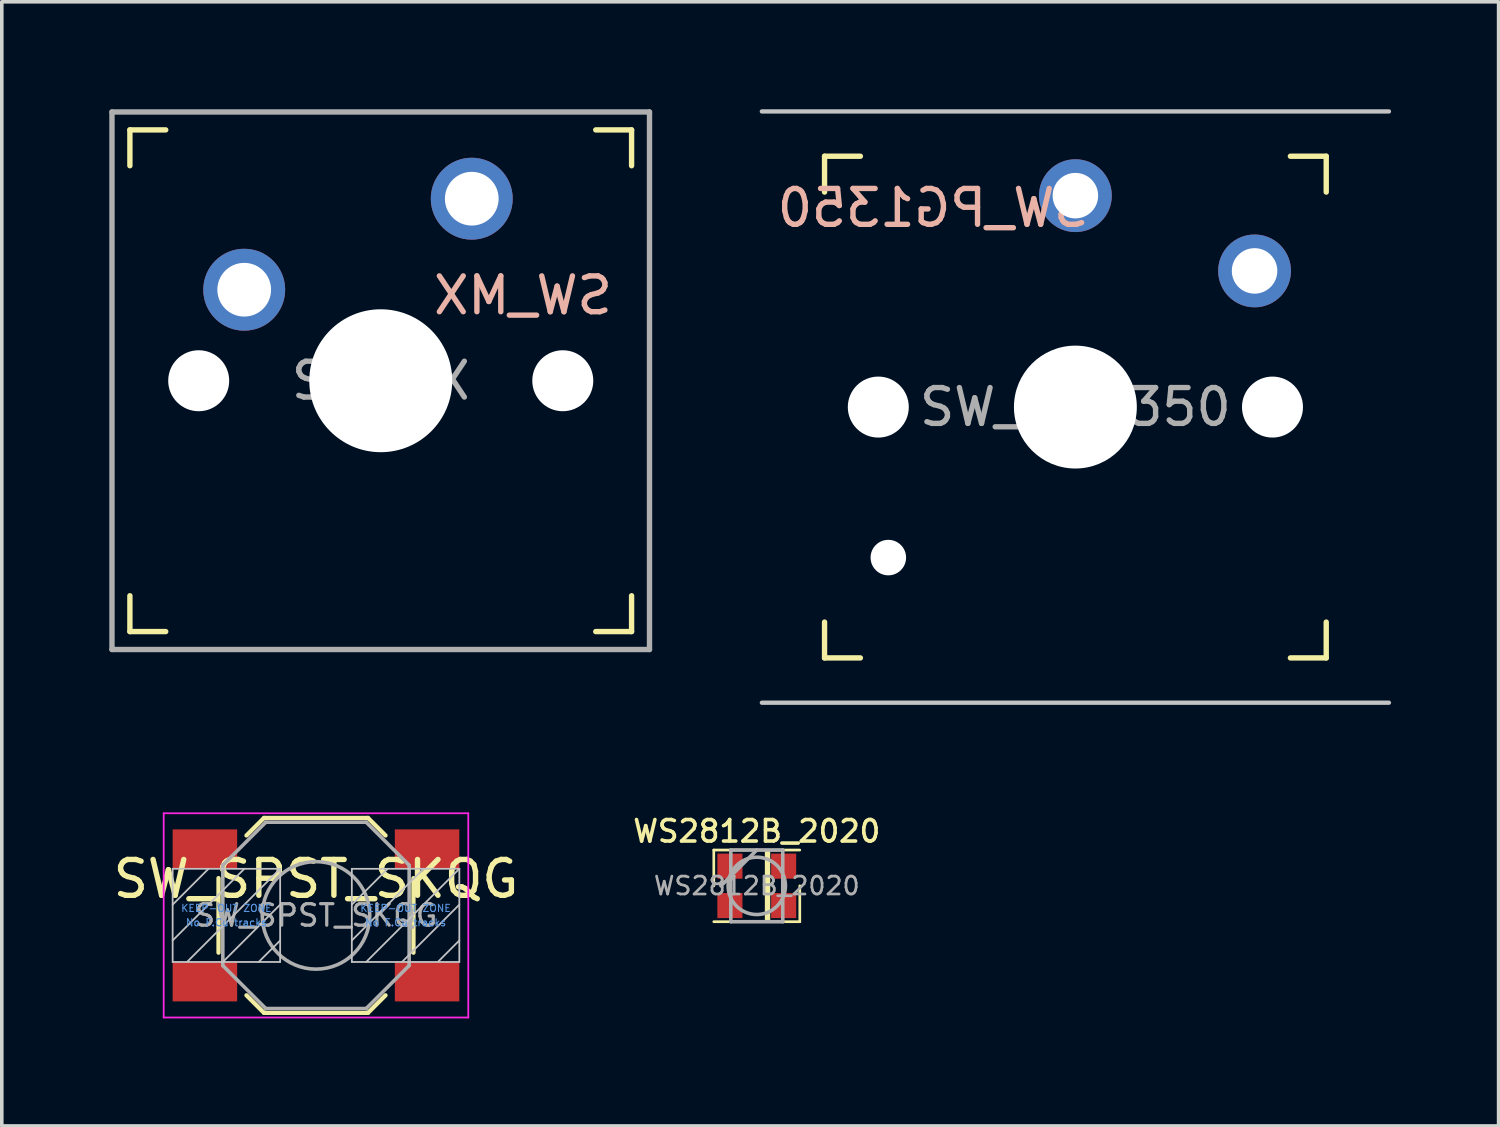
<source format=kicad_pcb>
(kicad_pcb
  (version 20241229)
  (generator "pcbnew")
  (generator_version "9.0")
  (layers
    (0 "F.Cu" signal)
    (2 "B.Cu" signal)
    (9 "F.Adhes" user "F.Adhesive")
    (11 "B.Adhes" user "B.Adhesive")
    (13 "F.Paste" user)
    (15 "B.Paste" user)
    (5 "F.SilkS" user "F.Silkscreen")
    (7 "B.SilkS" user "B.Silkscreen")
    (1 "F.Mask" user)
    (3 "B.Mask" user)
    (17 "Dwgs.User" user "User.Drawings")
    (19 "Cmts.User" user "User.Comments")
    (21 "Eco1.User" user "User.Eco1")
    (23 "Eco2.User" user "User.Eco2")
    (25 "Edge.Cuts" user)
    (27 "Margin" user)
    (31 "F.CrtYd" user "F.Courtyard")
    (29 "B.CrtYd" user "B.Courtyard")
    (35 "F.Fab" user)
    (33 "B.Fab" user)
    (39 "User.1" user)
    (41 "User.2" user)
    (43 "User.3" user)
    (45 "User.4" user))
  (footprint "WS2812B_2020"
    (layer "F.Cu")
    (at 18.069 21.671)
    (property "Reference" "WS2812B_2020" (at 0 -1.524 0) (layer "F.SilkS") (effects (font (size 0.6 0.6) (thickness 0.1))))
    (attr smd)
    (fp_line (start -1.2 -1) (end 1.2 -1) (stroke (width 0.075) (type solid)) (layer "F.SilkS"))
    (fp_line (start -1.2 0) (end -1.2 -1) (stroke (width 0.075) (type solid)) (layer "F.SilkS"))
    (fp_line (start -1.2 1) (end 1.2 1) (stroke (width 0.075) (type solid)) (layer "F.SilkS"))
    (fp_line (start 0.3 0.95) (end 0.3 -0.95) (stroke (width 0.15) (type solid)) (layer "F.SilkS"))
    (fp_line (start 1.2 0) (end 1.2 1) (stroke (width 0.075) (type solid)) (layer "F.SilkS"))
    (fp_line (start -0.725 -1) (end -0.725 1) (stroke (width 0.1) (type solid)) (layer "F.Fab"))
    (fp_line (start -0.725 1) (end 0.725 1) (stroke (width 0.1) (type solid)) (layer "F.Fab"))
    (fp_line (start 0 -1) (end -1 0) (stroke (width 0.1) (type solid)) (layer "F.Fab"))
    (fp_line (start 0.725 -1) (end -0.725 -1) (stroke (width 0.1) (type solid)) (layer "F.Fab"))
    (fp_line (start 0.725 1) (end 0.725 -1) (stroke (width 0.1) (type solid)) (layer "F.Fab"))
    (fp_circle (center 0 0) (end 0.8 0) (stroke (width 0.1) (type solid)) (fill no) (layer "F.Fab"))
    (fp_text user "${REFERENCE}" (at 0 0 0) (layer "F.Fab") (effects (font (size 0.5 0.5) (thickness 0.075))))
    (pad "1" smd rect (at 0.75 0.55) (size 0.7 0.7) (layers "F.Cu" "F.Mask" "F.Paste"))
    (pad "2" smd rect (at 0.75 -0.55) (size 0.7 0.7) (layers "F.Cu" "F.Mask" "F.Paste"))
    (pad "3" smd rect (at -0.75 -0.55) (size 0.7 0.7) (layers "F.Cu" "F.Mask" "F.Paste"))
    (pad "4" smd rect (at -0.75 0.55) (size 0.7 0.7) (layers "F.Cu" "F.Mask" "F.Paste")))
  (footprint "SW_SPST_SKQG"
    (layer "F.Cu")
    (at 5.768 22.495)
    (property "Reference" "SW_SPST_SKQG" (at 0 -1.016 0) (layer "F.SilkS") (effects (font (size 1 1) (thickness 0.15))))
    (attr smd)
    (fp_line (start -2.72 1.04) (end -2.72 -1.04) (stroke (width 0.12) (type solid)) (layer "F.SilkS"))
    (fp_line (start -1.45 -2.72) (end -1.94 -2.23) (stroke (width 0.12) (type solid)) (layer "F.SilkS"))
    (fp_line (start -1.45 -2.72) (end 1.45 -2.72) (stroke (width 0.12) (type solid)) (layer "F.SilkS"))
    (fp_line (start -1.45 2.72) (end -1.94 2.23) (stroke (width 0.12) (type solid)) (layer "F.SilkS"))
    (fp_line (start -1.45 2.72) (end 1.45 2.72) (stroke (width 0.12) (type solid)) (layer "F.SilkS"))
    (fp_line (start 1.45 -2.72) (end 1.94 -2.23) (stroke (width 0.12) (type solid)) (layer "F.SilkS"))
    (fp_line (start 1.45 2.72) (end 1.94 2.23) (stroke (width 0.12) (type solid)) (layer "F.SilkS"))
    (fp_line (start 2.72 1.04) (end 2.72 -1.04) (stroke (width 0.12) (type solid)) (layer "F.SilkS"))
    (fp_line (start -4 -1.3) (end -1 -1.3) (stroke (width 0.05) (type solid)) (layer "Dwgs.User"))
    (fp_line (start -4 -0.3) (end -3 -1.3) (stroke (width 0.05) (type solid)) (layer "Dwgs.User"))
    (fp_line (start -4 0.7) (end -2 -1.3) (stroke (width 0.05) (type solid)) (layer "Dwgs.User"))
    (fp_line (start -4 1.3) (end -4 -1.3) (stroke (width 0.05) (type solid)) (layer "Dwgs.User"))
    (fp_line (start -2.6 1.3) (end -1 -0.3) (stroke (width 0.05) (type solid)) (layer "Dwgs.User"))
    (fp_line (start -1 -1.3) (end -3.6 1.3) (stroke (width 0.05) (type solid)) (layer "Dwgs.User"))
    (fp_line (start -1 -1.3) (end -1 1.3) (stroke (width 0.05) (type solid)) (layer "Dwgs.User"))
    (fp_line (start -1 0.7) (end -1.6 1.3) (stroke (width 0.05) (type solid)) (layer "Dwgs.User"))
    (fp_line (start -1 1.3) (end -4 1.3) (stroke (width 0.05) (type solid)) (layer "Dwgs.User"))
    (fp_line (start 1 -1.3) (end 4 -1.3) (stroke (width 0.05) (type solid)) (layer "Dwgs.User"))
    (fp_line (start 1 -0.3) (end 2 -1.3) (stroke (width 0.05) (type solid)) (layer "Dwgs.User"))
    (fp_line (start 1 0.7) (end 3 -1.3) (stroke (width 0.05) (type solid)) (layer "Dwgs.User"))
    (fp_line (start 1 1.3) (end 1 -1.3) (stroke (width 0.05) (type solid)) (layer "Dwgs.User"))
    (fp_line (start 2.4 1.3) (end 4 -0.3) (stroke (width 0.05) (type solid)) (layer "Dwgs.User"))
    (fp_line (start 4 -1.3) (end 1.4 1.3) (stroke (width 0.05) (type solid)) (layer "Dwgs.User"))
    (fp_line (start 4 -1.3) (end 4 1.3) (stroke (width 0.05) (type solid)) (layer "Dwgs.User"))
    (fp_line (start 4 0.7) (end 3.4 1.3) (stroke (width 0.05) (type solid)) (layer "Dwgs.User"))
    (fp_line (start 4 1.3) (end 1 1.3) (stroke (width 0.05) (type solid)) (layer "Dwgs.User"))
    (fp_line (start -4.25 -2.85) (end -4.25 2.85) (stroke (width 0.05) (type solid)) (layer "F.CrtYd"))
    (fp_line (start -4.25 2.85) (end 4.25 2.85) (stroke (width 0.05) (type solid)) (layer "F.CrtYd"))
    (fp_line (start 4.25 -2.85) (end -4.25 -2.85) (stroke (width 0.05) (type solid)) (layer "F.CrtYd"))
    (fp_line (start 4.25 2.85) (end 4.25 -2.85) (stroke (width 0.05) (type solid)) (layer "F.CrtYd"))
    (fp_line (start -2.6 -1.4) (end -1.4 -2.6) (stroke (width 0.1) (type solid)) (layer "F.Fab"))
    (fp_line (start -2.6 1.4) (end -2.6 -1.4) (stroke (width 0.1) (type solid)) (layer "F.Fab"))
    (fp_line (start -1.4 -2.6) (end 1.4 -2.6) (stroke (width 0.1) (type solid)) (layer "F.Fab"))
    (fp_line (start -1.4 2.6) (end -2.6 1.4) (stroke (width 0.1) (type solid)) (layer "F.Fab"))
    (fp_line (start 1.4 -2.6) (end 2.6 -1.4) (stroke (width 0.1) (type solid)) (layer "F.Fab"))
    (fp_line (start 1.4 2.6) (end -1.4 2.6) (stroke (width 0.1) (type solid)) (layer "F.Fab"))
    (fp_line (start 2.6 -1.4) (end 2.6 1.4) (stroke (width 0.1) (type solid)) (layer "F.Fab"))
    (fp_line (start 2.6 1.4) (end 1.4 2.6) (stroke (width 0.1) (type solid)) (layer "F.Fab"))
    (fp_circle (center 0 0) (end 1.5 0) (stroke (width 0.1) (type solid)) (fill no) (layer "F.Fab"))
    (fp_text user "KEEP-OUT ZONE" (at 2.5 -0.2 0) (layer "Cmts.User") (effects (font (size 0.2 0.2) (thickness 0.03))))
    (fp_text user "No F.Cu tracks" (at -2.5 0.2 0) (layer "Cmts.User") (effects (font (size 0.2 0.2) (thickness 0.03))))
    (fp_text user "No F.Cu tracks" (at 2.5 0.2 0) (layer "Cmts.User") (effects (font (size 0.2 0.2) (thickness 0.03))))
    (fp_text user "KEEP-OUT ZONE" (at -2.5 -0.2 0) (layer "Cmts.User") (effects (font (size 0.2 0.2) (thickness 0.03))))
    (fp_text user "${REFERENCE}" (at 0 0 0) (layer "F.Fab") (effects (font (size 0.6 0.6) (thickness 0.09))))
    (pad "1" smd rect (at -3.1 -1.85) (size 1.8 1.1) (layers "F.Cu" "F.Mask" "F.Paste"))
    (pad "1" smd rect (at 3.1 -1.85) (size 1.8 1.1) (layers "F.Cu" "F.Mask" "F.Paste"))
    (pad "2" smd rect (at -3.1 1.85) (size 1.8 1.1) (layers "F.Cu" "F.Mask" "F.Paste"))
    (pad "2" smd rect (at 3.1 1.85) (size 1.8 1.1) (layers "F.Cu" "F.Mask" "F.Paste")))
  (footprint "SW_PG1350"
    (layer "F.Cu")
    (at 26.96 8.31)
    (property "Reference" "SW_PG1350" (at -3.969 -5.556 180) (layer "B.SilkS") (effects (font (size 1 1) (thickness 0.15)) (justify mirror)))
    (attr through_hole)
    (fp_line (start -7 -6) (end -7 -7) (stroke (width 0.15) (type solid)) (layer "F.SilkS"))
    (fp_line (start -7 7) (end -7 6) (stroke (width 0.15) (type solid)) (layer "F.SilkS"))
    (fp_line (start -7 7) (end -6 7) (stroke (width 0.15) (type solid)) (layer "F.SilkS"))
    (fp_line (start -6 -7) (end -7 -7) (stroke (width 0.15) (type solid)) (layer "F.SilkS"))
    (fp_line (start 6 7) (end 7 7) (stroke (width 0.15) (type solid)) (layer "F.SilkS"))
    (fp_line (start 7 -7) (end 6 -7) (stroke (width 0.15) (type solid)) (layer "F.SilkS"))
    (fp_line (start 7 -7) (end 7 -6) (stroke (width 0.15) (type solid)) (layer "F.SilkS"))
    (fp_line (start 7 6) (end 7 7) (stroke (width 0.15) (type solid)) (layer "F.SilkS"))
    (fp_line (start -8.75 -8.25) (end 8.75 -8.25) (stroke (width 0.12) (type solid)) (layer "Dwgs.User"))
    (fp_line (start 8.75 8.25) (end -8.75 8.25) (stroke (width 0.12) (type solid)) (layer "Dwgs.User"))
    (fp_line (start -6.9 6.9) (end -6.9 -6.9) (stroke (width 0.15) (type solid)) (layer "Eco2.User"))
    (fp_line (start -6.9 6.9) (end 6.9 6.9) (stroke (width 0.15) (type solid)) (layer "Eco2.User"))
    (fp_line (start 6.9 -6.9) (end -6.9 -6.9) (stroke (width 0.15) (type solid)) (layer "Eco2.User"))
    (fp_line (start 6.9 -6.9) (end 6.9 6.9) (stroke (width 0.15) (type solid)) (layer "Eco2.User"))
    (fp_text user "${REFERENCE}" (at 0 0 180) (layer "F.Fab") (effects (font (size 1 1) (thickness 0.15))))
    (pad "" np_thru_hole circle (at -5.5 0 180) (size 1.702 1.702) (drill 1.702) (layers "*.Cu" "*.Mask"))
    (pad "" np_thru_hole circle (at -5.22 4.2 180) (size 0.991 0.991) (drill 0.991) (layers "*.Cu" "*.Mask"))
    (pad "" np_thru_hole circle (at 0 0 180) (size 3.429 3.429) (drill 3.429) (layers "*.Cu" "*.Mask"))
    (pad "" np_thru_hole circle (at 5.5 0 180) (size 1.702 1.702) (drill 1.702) (layers "*.Cu" "*.Mask"))
    (pad "1" thru_hole circle (at 0 -5.9 180) (size 2.032 2.032) (drill 1.27) (layers "*.Cu" "*.Mask"))
    (pad "2" thru_hole circle (at 5 -3.8 180) (size 2.032 2.032) (drill 1.27) (layers "*.Cu" "*.Mask")))
  (footprint "SW_MX"
    (layer "F.Cu")
    (at 7.575 7.575)
    (property "Reference" "SW_MX" (at 3.969 -2.381 0) (layer "B.SilkS") (effects (font (size 1 1) (thickness 0.15)) (justify mirror)))
    (attr through_hole)
    (fp_line (start -7 -6) (end -7 -7) (stroke (width 0.15) (type solid)) (layer "F.SilkS"))
    (fp_line (start -7 7) (end -7 6) (stroke (width 0.15) (type solid)) (layer "F.SilkS"))
    (fp_line (start -7 7) (end -6 7) (stroke (width 0.15) (type solid)) (layer "F.SilkS"))
    (fp_line (start -6 -7) (end -7 -7) (stroke (width 0.15) (type solid)) (layer "F.SilkS"))
    (fp_line (start 6 7) (end 7 7) (stroke (width 0.15) (type solid)) (layer "F.SilkS"))
    (fp_line (start 7 -7) (end 6 -7) (stroke (width 0.15) (type solid)) (layer "F.SilkS"))
    (fp_line (start 7 -7) (end 7 -6) (stroke (width 0.15) (type solid)) (layer "F.SilkS"))
    (fp_line (start 7 6) (end 7 7) (stroke (width 0.15) (type solid)) (layer "F.SilkS"))
    (fp_line (start -6.9 6.9) (end -6.9 -6.9) (stroke (width 0.15) (type solid)) (layer "Eco2.User"))
    (fp_line (start -6.9 6.9) (end 6.9 6.9) (stroke (width 0.15) (type solid)) (layer "Eco2.User"))
    (fp_line (start 6.9 -6.9) (end -6.9 -6.9) (stroke (width 0.15) (type solid)) (layer "Eco2.User"))
    (fp_line (start 6.9 -6.9) (end 6.9 6.9) (stroke (width 0.15) (type solid)) (layer "Eco2.User"))
    (fp_line (start -7.5 -7.5) (end 7.5 -7.5) (stroke (width 0.15) (type solid)) (layer "F.Fab"))
    (fp_line (start -7.5 7.5) (end -7.5 -7.5) (stroke (width 0.15) (type solid)) (layer "F.Fab"))
    (fp_line (start 7.5 -7.5) (end 7.5 7.5) (stroke (width 0.15) (type solid)) (layer "F.Fab"))
    (fp_line (start 7.5 7.5) (end -7.5 7.5) (stroke (width 0.15) (type solid)) (layer "F.Fab"))
    (fp_text user "${REFERENCE}" (at 0 0 0) (layer "F.Fab") (effects (font (size 1 1) (thickness 0.15))))
    (pad "" np_thru_hole circle (at -5.08 0) (size 1.702 1.702) (drill 1.702) (layers "*.Cu" "*.Mask"))
    (pad "" np_thru_hole circle (at 0 0) (size 3.988 3.988) (drill 3.988) (layers "*.Cu" "*.Mask"))
    (pad "" np_thru_hole circle (at 5.08 0) (size 1.702 1.702) (drill 1.702) (layers "*.Cu" "*.Mask"))
    (pad "1" thru_hole circle (at 2.54 -5.08) (size 2.286 2.286) (drill 1.499) (layers "*.Cu" "*.Mask"))
    (pad "2" thru_hole circle (at -3.81 -2.54) (size 2.286 2.286) (drill 1.499) (layers "*.Cu" "*.Mask")))
  (gr_rect
    (start -3 -3)
    (end 38.77 28.37)
    (stroke (width 0.1) (type default))
    (fill no)
    (layer "Edge.Cuts")))
</source>
